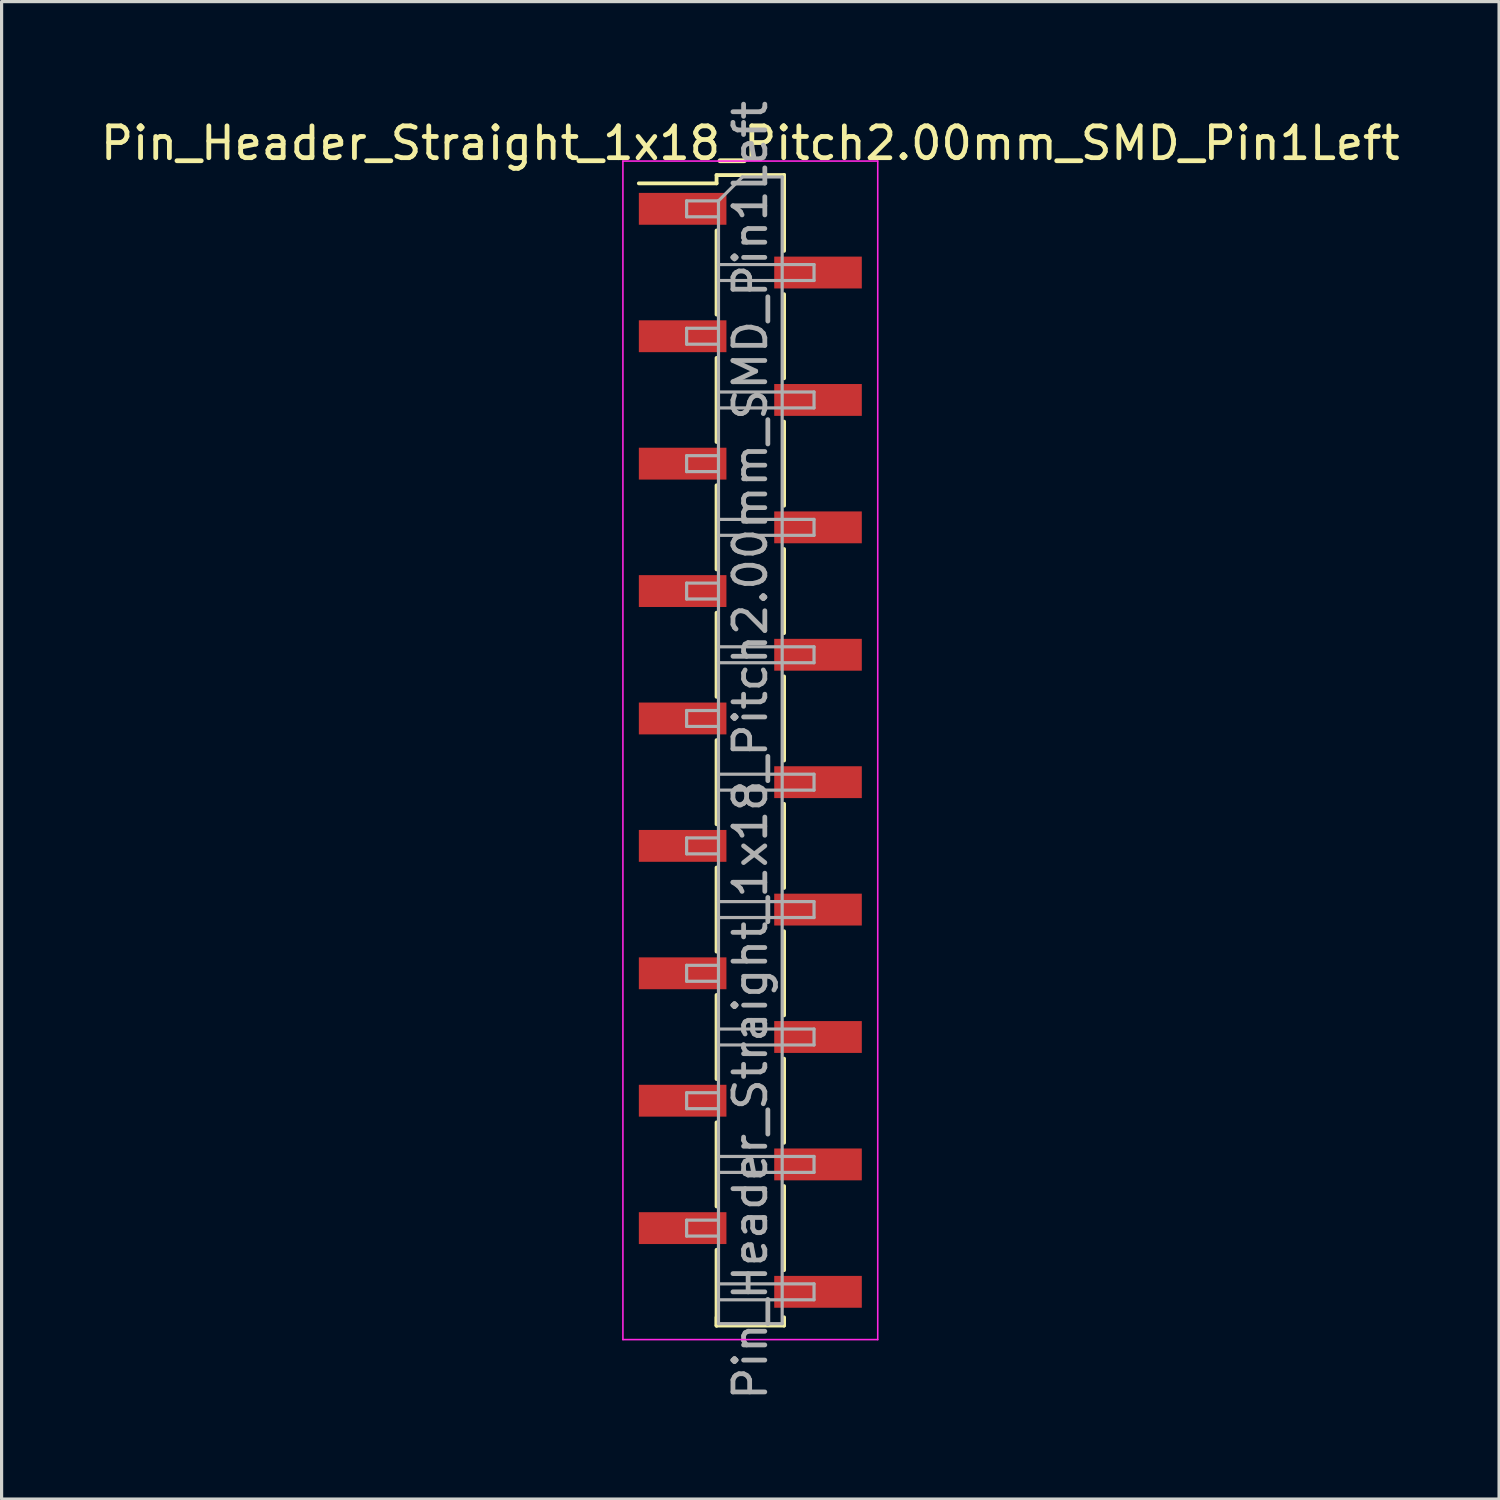
<source format=kicad_pcb>
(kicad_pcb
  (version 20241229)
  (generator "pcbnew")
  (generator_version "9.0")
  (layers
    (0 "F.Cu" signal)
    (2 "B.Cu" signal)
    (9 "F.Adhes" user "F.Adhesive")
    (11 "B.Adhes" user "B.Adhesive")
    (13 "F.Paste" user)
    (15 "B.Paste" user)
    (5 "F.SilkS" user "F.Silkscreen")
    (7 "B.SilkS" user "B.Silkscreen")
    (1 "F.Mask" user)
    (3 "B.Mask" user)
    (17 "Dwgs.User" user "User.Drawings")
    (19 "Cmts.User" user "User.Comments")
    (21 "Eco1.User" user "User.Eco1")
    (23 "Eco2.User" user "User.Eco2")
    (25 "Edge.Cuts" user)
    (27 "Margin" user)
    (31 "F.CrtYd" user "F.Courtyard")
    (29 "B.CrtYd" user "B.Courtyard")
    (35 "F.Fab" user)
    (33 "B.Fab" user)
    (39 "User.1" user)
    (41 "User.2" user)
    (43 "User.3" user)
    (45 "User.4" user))
  (footprint "Pin_Header_Straight_1x18_Pitch2.00mm_SMD_Pin1Left"
    (layer "F.Cu")
    (at 20.506 20.506)
    (property "Reference" "Pin_Header_Straight_1x18_Pitch2.00mm_SMD_Pin1Left" (at 0 -19.06 0) (layer "F.SilkS") (effects (font (size 1 1) (thickness 0.15))))
    (attr smd)
    (fp_line (start -1.06 -18.06) (end 1.06 -18.06) (stroke (width 0.12) (type solid)) (layer "F.SilkS"))
    (fp_line (start -1.06 -17.8) (end -3.5 -17.8) (stroke (width 0.12) (type solid)) (layer "F.SilkS"))
    (fp_line (start -1.06 -17.8) (end -1.06 -18.06) (stroke (width 0.12) (type solid)) (layer "F.SilkS"))
    (fp_line (start -1.06 -16.32) (end -1.06 -13.68) (stroke (width 0.12) (type solid)) (layer "F.SilkS"))
    (fp_line (start -1.06 -12.32) (end -1.06 -9.68) (stroke (width 0.12) (type solid)) (layer "F.SilkS"))
    (fp_line (start -1.06 -8.32) (end -1.06 -5.68) (stroke (width 0.12) (type solid)) (layer "F.SilkS"))
    (fp_line (start -1.06 -4.32) (end -1.06 -1.68) (stroke (width 0.12) (type solid)) (layer "F.SilkS"))
    (fp_line (start -1.06 -0.32) (end -1.06 2.32) (stroke (width 0.12) (type solid)) (layer "F.SilkS"))
    (fp_line (start -1.06 3.68) (end -1.06 6.32) (stroke (width 0.12) (type solid)) (layer "F.SilkS"))
    (fp_line (start -1.06 7.68) (end -1.06 10.32) (stroke (width 0.12) (type solid)) (layer "F.SilkS"))
    (fp_line (start -1.06 11.68) (end -1.06 14.32) (stroke (width 0.12) (type solid)) (layer "F.SilkS"))
    (fp_line (start -1.06 15.68) (end -1.06 18.06) (stroke (width 0.12) (type solid)) (layer "F.SilkS"))
    (fp_line (start -1.06 17.8) (end -1.06 18.06) (stroke (width 0.12) (type solid)) (layer "F.SilkS"))
    (fp_line (start -1.06 18.06) (end 1.06 18.06) (stroke (width 0.12) (type solid)) (layer "F.SilkS"))
    (fp_line (start 1.06 -18.06) (end 1.06 -17.8) (stroke (width 0.12) (type solid)) (layer "F.SilkS"))
    (fp_line (start 1.06 -18.06) (end 1.06 -15.68) (stroke (width 0.12) (type solid)) (layer "F.SilkS"))
    (fp_line (start 1.06 -14.32) (end 1.06 -11.68) (stroke (width 0.12) (type solid)) (layer "F.SilkS"))
    (fp_line (start 1.06 -10.32) (end 1.06 -7.68) (stroke (width 0.12) (type solid)) (layer "F.SilkS"))
    (fp_line (start 1.06 -6.32) (end 1.06 -3.68) (stroke (width 0.12) (type solid)) (layer "F.SilkS"))
    (fp_line (start 1.06 -2.32) (end 1.06 0.32) (stroke (width 0.12) (type solid)) (layer "F.SilkS"))
    (fp_line (start 1.06 1.68) (end 1.06 4.32) (stroke (width 0.12) (type solid)) (layer "F.SilkS"))
    (fp_line (start 1.06 5.68) (end 1.06 8.32) (stroke (width 0.12) (type solid)) (layer "F.SilkS"))
    (fp_line (start 1.06 9.68) (end 1.06 12.32) (stroke (width 0.12) (type solid)) (layer "F.SilkS"))
    (fp_line (start 1.06 13.68) (end 1.06 16.32) (stroke (width 0.12) (type solid)) (layer "F.SilkS"))
    (fp_line (start 1.06 18.06) (end 1.06 17.8) (stroke (width 0.12) (type solid)) (layer "F.SilkS"))
    (fp_line (start -4 -18.5) (end -4 18.5) (stroke (width 0.05) (type solid)) (layer "F.CrtYd"))
    (fp_line (start -4 18.5) (end 4 18.5) (stroke (width 0.05) (type solid)) (layer "F.CrtYd"))
    (fp_line (start 4 -18.5) (end -4 -18.5) (stroke (width 0.05) (type solid)) (layer "F.CrtYd"))
    (fp_line (start 4 18.5) (end 4 -18.5) (stroke (width 0.05) (type solid)) (layer "F.CrtYd"))
    (fp_line (start -2 -17.25) (end -2 -16.75) (stroke (width 0.1) (type solid)) (layer "F.Fab"))
    (fp_line (start -2 -16.75) (end -1 -16.75) (stroke (width 0.1) (type solid)) (layer "F.Fab"))
    (fp_line (start -2 -13.25) (end -2 -12.75) (stroke (width 0.1) (type solid)) (layer "F.Fab"))
    (fp_line (start -2 -12.75) (end -1 -12.75) (stroke (width 0.1) (type solid)) (layer "F.Fab"))
    (fp_line (start -2 -9.25) (end -2 -8.75) (stroke (width 0.1) (type solid)) (layer "F.Fab"))
    (fp_line (start -2 -8.75) (end -1 -8.75) (stroke (width 0.1) (type solid)) (layer "F.Fab"))
    (fp_line (start -2 -5.25) (end -2 -4.75) (stroke (width 0.1) (type solid)) (layer "F.Fab"))
    (fp_line (start -2 -4.75) (end -1 -4.75) (stroke (width 0.1) (type solid)) (layer "F.Fab"))
    (fp_line (start -2 -1.25) (end -2 -0.75) (stroke (width 0.1) (type solid)) (layer "F.Fab"))
    (fp_line (start -2 -0.75) (end -1 -0.75) (stroke (width 0.1) (type solid)) (layer "F.Fab"))
    (fp_line (start -2 2.75) (end -2 3.25) (stroke (width 0.1) (type solid)) (layer "F.Fab"))
    (fp_line (start -2 3.25) (end -1 3.25) (stroke (width 0.1) (type solid)) (layer "F.Fab"))
    (fp_line (start -2 6.75) (end -2 7.25) (stroke (width 0.1) (type solid)) (layer "F.Fab"))
    (fp_line (start -2 7.25) (end -1 7.25) (stroke (width 0.1) (type solid)) (layer "F.Fab"))
    (fp_line (start -2 10.75) (end -2 11.25) (stroke (width 0.1) (type solid)) (layer "F.Fab"))
    (fp_line (start -2 11.25) (end -1 11.25) (stroke (width 0.1) (type solid)) (layer "F.Fab"))
    (fp_line (start -2 14.75) (end -2 15.25) (stroke (width 0.1) (type solid)) (layer "F.Fab"))
    (fp_line (start -2 15.25) (end -1 15.25) (stroke (width 0.1) (type solid)) (layer "F.Fab"))
    (fp_line (start -1 -17.25) (end -2 -17.25) (stroke (width 0.1) (type solid)) (layer "F.Fab"))
    (fp_line (start -1 -17.25) (end -0.25 -18) (stroke (width 0.1) (type solid)) (layer "F.Fab"))
    (fp_line (start -1 -15.25) (end 2 -15.25) (stroke (width 0.1) (type solid)) (layer "F.Fab"))
    (fp_line (start -1 -13.25) (end -2 -13.25) (stroke (width 0.1) (type solid)) (layer "F.Fab"))
    (fp_line (start -1 -11.25) (end 2 -11.25) (stroke (width 0.1) (type solid)) (layer "F.Fab"))
    (fp_line (start -1 -9.25) (end -2 -9.25) (stroke (width 0.1) (type solid)) (layer "F.Fab"))
    (fp_line (start -1 -7.25) (end 2 -7.25) (stroke (width 0.1) (type solid)) (layer "F.Fab"))
    (fp_line (start -1 -5.25) (end -2 -5.25) (stroke (width 0.1) (type solid)) (layer "F.Fab"))
    (fp_line (start -1 -3.25) (end 2 -3.25) (stroke (width 0.1) (type solid)) (layer "F.Fab"))
    (fp_line (start -1 -1.25) (end -2 -1.25) (stroke (width 0.1) (type solid)) (layer "F.Fab"))
    (fp_line (start -1 0.75) (end 2 0.75) (stroke (width 0.1) (type solid)) (layer "F.Fab"))
    (fp_line (start -1 2.75) (end -2 2.75) (stroke (width 0.1) (type solid)) (layer "F.Fab"))
    (fp_line (start -1 4.75) (end 2 4.75) (stroke (width 0.1) (type solid)) (layer "F.Fab"))
    (fp_line (start -1 6.75) (end -2 6.75) (stroke (width 0.1) (type solid)) (layer "F.Fab"))
    (fp_line (start -1 8.75) (end 2 8.75) (stroke (width 0.1) (type solid)) (layer "F.Fab"))
    (fp_line (start -1 10.75) (end -2 10.75) (stroke (width 0.1) (type solid)) (layer "F.Fab"))
    (fp_line (start -1 12.75) (end 2 12.75) (stroke (width 0.1) (type solid)) (layer "F.Fab"))
    (fp_line (start -1 14.75) (end -2 14.75) (stroke (width 0.1) (type solid)) (layer "F.Fab"))
    (fp_line (start -1 16.75) (end 2 16.75) (stroke (width 0.1) (type solid)) (layer "F.Fab"))
    (fp_line (start -1 18) (end -1 -17.25) (stroke (width 0.1) (type solid)) (layer "F.Fab"))
    (fp_line (start -0.25 -18) (end 1 -18) (stroke (width 0.1) (type solid)) (layer "F.Fab"))
    (fp_line (start 1 -18) (end 1 18) (stroke (width 0.1) (type solid)) (layer "F.Fab"))
    (fp_line (start 1 18) (end -1 18) (stroke (width 0.1) (type solid)) (layer "F.Fab"))
    (fp_line (start 2 -15.25) (end 2 -14.75) (stroke (width 0.1) (type solid)) (layer "F.Fab"))
    (fp_line (start 2 -14.75) (end -1 -14.75) (stroke (width 0.1) (type solid)) (layer "F.Fab"))
    (fp_line (start 2 -11.25) (end 2 -10.75) (stroke (width 0.1) (type solid)) (layer "F.Fab"))
    (fp_line (start 2 -10.75) (end -1 -10.75) (stroke (width 0.1) (type solid)) (layer "F.Fab"))
    (fp_line (start 2 -7.25) (end 2 -6.75) (stroke (width 0.1) (type solid)) (layer "F.Fab"))
    (fp_line (start 2 -6.75) (end -1 -6.75) (stroke (width 0.1) (type solid)) (layer "F.Fab"))
    (fp_line (start 2 -3.25) (end 2 -2.75) (stroke (width 0.1) (type solid)) (layer "F.Fab"))
    (fp_line (start 2 -2.75) (end -1 -2.75) (stroke (width 0.1) (type solid)) (layer "F.Fab"))
    (fp_line (start 2 0.75) (end 2 1.25) (stroke (width 0.1) (type solid)) (layer "F.Fab"))
    (fp_line (start 2 1.25) (end -1 1.25) (stroke (width 0.1) (type solid)) (layer "F.Fab"))
    (fp_line (start 2 4.75) (end 2 5.25) (stroke (width 0.1) (type solid)) (layer "F.Fab"))
    (fp_line (start 2 5.25) (end -1 5.25) (stroke (width 0.1) (type solid)) (layer "F.Fab"))
    (fp_line (start 2 8.75) (end 2 9.25) (stroke (width 0.1) (type solid)) (layer "F.Fab"))
    (fp_line (start 2 9.25) (end -1 9.25) (stroke (width 0.1) (type solid)) (layer "F.Fab"))
    (fp_line (start 2 12.75) (end 2 13.25) (stroke (width 0.1) (type solid)) (layer "F.Fab"))
    (fp_line (start 2 13.25) (end -1 13.25) (stroke (width 0.1) (type solid)) (layer "F.Fab"))
    (fp_line (start 2 16.75) (end 2 17.25) (stroke (width 0.1) (type solid)) (layer "F.Fab"))
    (fp_line (start 2 17.25) (end -1 17.25) (stroke (width 0.1) (type solid)) (layer "F.Fab"))
    (fp_text user "${REFERENCE}" (at 0 0 90) (layer "F.Fab") (effects (font (size 1 1) (thickness 0.15))))
    (pad "1" smd rect (at -2.125 -17) (size 2.75 1) (layers "F.Cu" "F.Mask" "F.Paste"))
    (pad "2" smd rect (at 2.125 -15) (size 2.75 1) (layers "F.Cu" "F.Mask" "F.Paste"))
    (pad "3" smd rect (at -2.125 -13) (size 2.75 1) (layers "F.Cu" "F.Mask" "F.Paste"))
    (pad "4" smd rect (at 2.125 -11) (size 2.75 1) (layers "F.Cu" "F.Mask" "F.Paste"))
    (pad "5" smd rect (at -2.125 -9) (size 2.75 1) (layers "F.Cu" "F.Mask" "F.Paste"))
    (pad "6" smd rect (at 2.125 -7) (size 2.75 1) (layers "F.Cu" "F.Mask" "F.Paste"))
    (pad "7" smd rect (at -2.125 -5) (size 2.75 1) (layers "F.Cu" "F.Mask" "F.Paste"))
    (pad "8" smd rect (at 2.125 -3) (size 2.75 1) (layers "F.Cu" "F.Mask" "F.Paste"))
    (pad "9" smd rect (at -2.125 -1) (size 2.75 1) (layers "F.Cu" "F.Mask" "F.Paste"))
    (pad "10" smd rect (at 2.125 1) (size 2.75 1) (layers "F.Cu" "F.Mask" "F.Paste"))
    (pad "11" smd rect (at -2.125 3) (size 2.75 1) (layers "F.Cu" "F.Mask" "F.Paste"))
    (pad "12" smd rect (at 2.125 5) (size 2.75 1) (layers "F.Cu" "F.Mask" "F.Paste"))
    (pad "13" smd rect (at -2.125 7) (size 2.75 1) (layers "F.Cu" "F.Mask" "F.Paste"))
    (pad "14" smd rect (at 2.125 9) (size 2.75 1) (layers "F.Cu" "F.Mask" "F.Paste"))
    (pad "15" smd rect (at -2.125 11) (size 2.75 1) (layers "F.Cu" "F.Mask" "F.Paste"))
    (pad "16" smd rect (at 2.125 13) (size 2.75 1) (layers "F.Cu" "F.Mask" "F.Paste"))
    (pad "17" smd rect (at -2.125 15) (size 2.75 1) (layers "F.Cu" "F.Mask" "F.Paste"))
    (pad "18" smd rect (at 2.125 17) (size 2.75 1) (layers "F.Cu" "F.Mask" "F.Paste")))
  (gr_rect
    (start -3 -3)
    (end 44.012 44.012)
    (stroke (width 0.1) (type default))
    (fill no)
    (layer "Edge.Cuts")))
</source>
